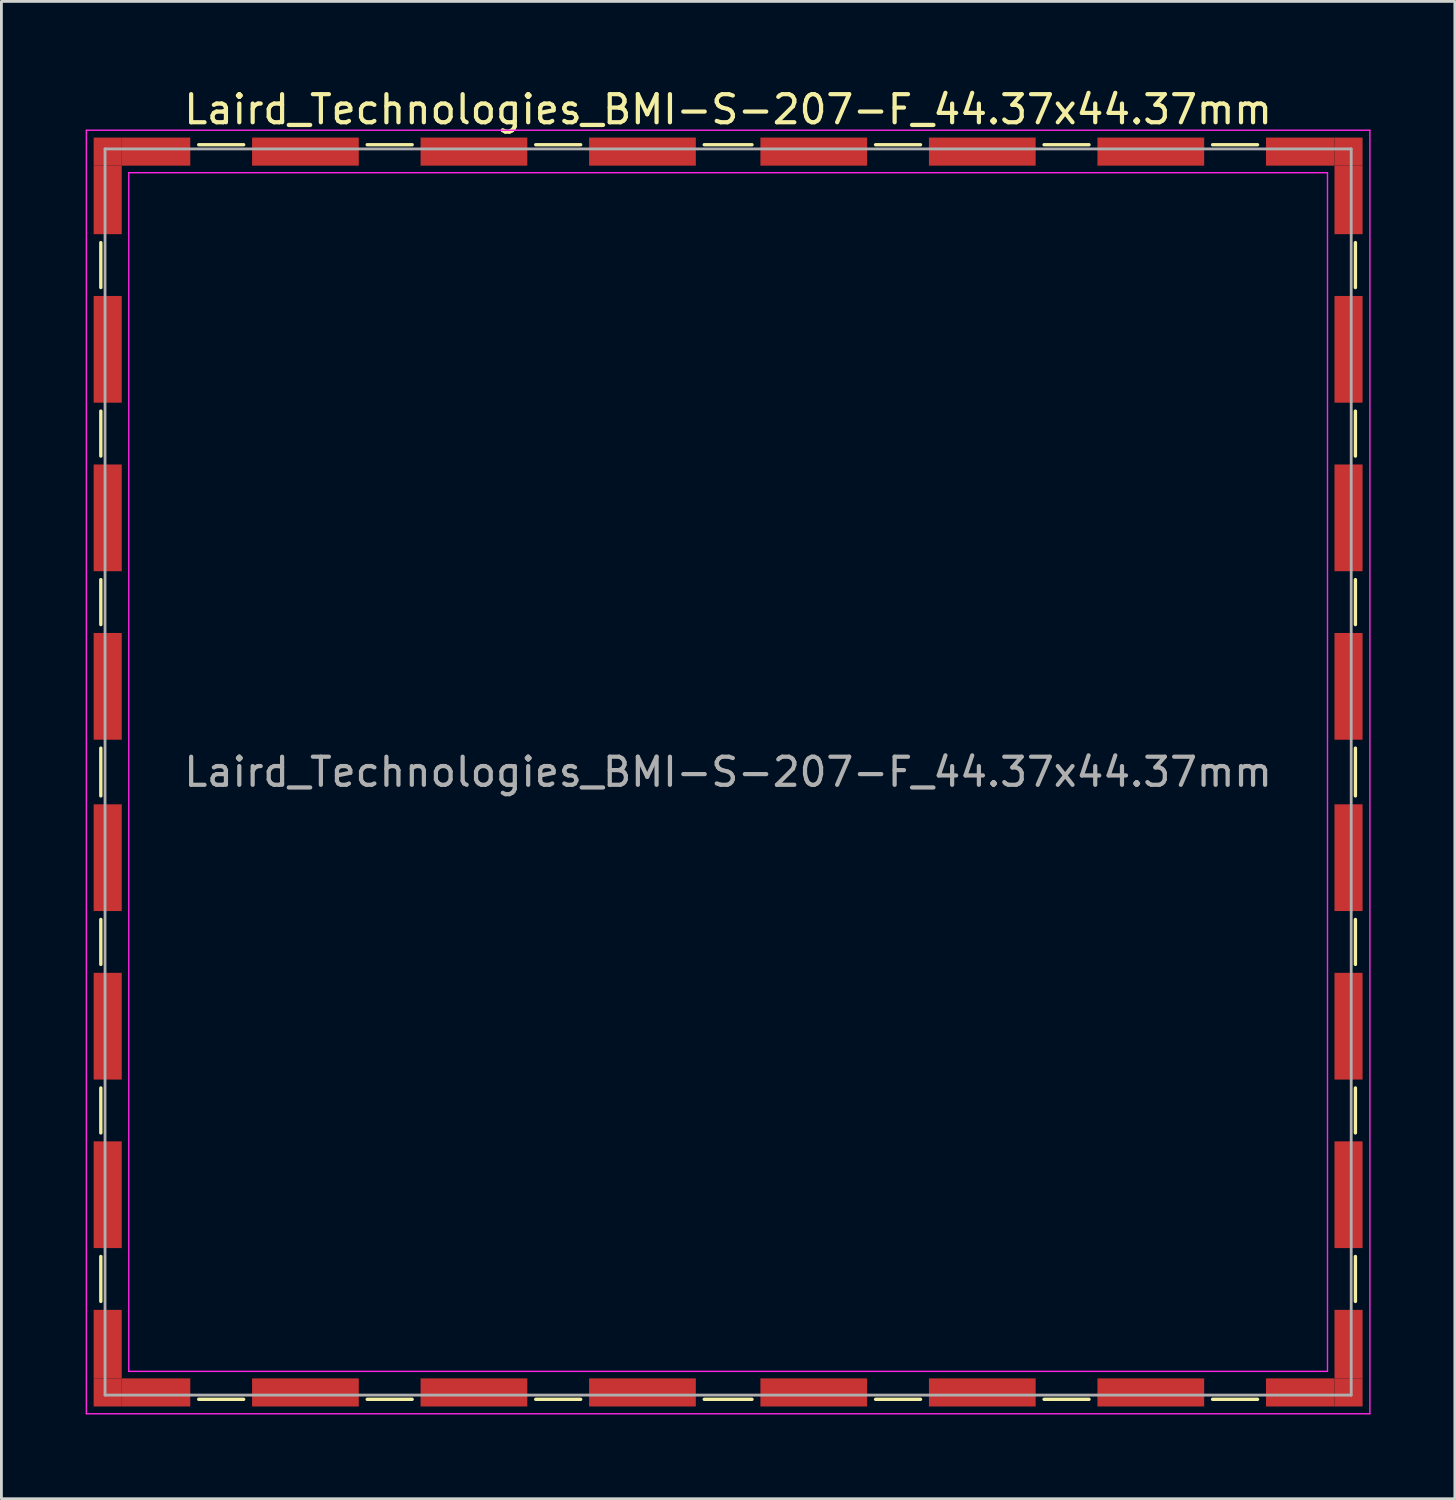
<source format=kicad_pcb>
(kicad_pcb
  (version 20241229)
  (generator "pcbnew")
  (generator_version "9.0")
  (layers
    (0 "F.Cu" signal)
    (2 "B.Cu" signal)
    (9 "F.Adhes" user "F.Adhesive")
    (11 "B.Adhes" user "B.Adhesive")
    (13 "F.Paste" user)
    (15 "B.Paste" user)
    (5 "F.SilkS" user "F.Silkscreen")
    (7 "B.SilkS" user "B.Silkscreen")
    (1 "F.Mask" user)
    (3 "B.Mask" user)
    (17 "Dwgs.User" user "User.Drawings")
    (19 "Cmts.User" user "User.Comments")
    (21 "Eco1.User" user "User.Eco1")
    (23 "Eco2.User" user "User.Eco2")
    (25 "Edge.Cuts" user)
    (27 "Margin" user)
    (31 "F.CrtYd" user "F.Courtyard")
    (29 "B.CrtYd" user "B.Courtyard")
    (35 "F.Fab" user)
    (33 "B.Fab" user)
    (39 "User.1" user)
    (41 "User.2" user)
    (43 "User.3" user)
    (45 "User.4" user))
  (footprint "Laird_Technologies_BMI-S-207-F_44.37x44.37mm"
    (layer "F.Cu")
    (at 22.875 24.438)
    (property "Reference" "Laird_Technologies_BMI-S-207-F_44.37x44.37mm" (at 0 -23.59 180) (layer "F.SilkS") (effects (font (size 1 1) (thickness 0.15))))
    (attr smd)
    (fp_line (start -22.335 -18.85) (end -22.335 -17.25) (stroke (width 0.12) (type solid)) (layer "F.SilkS"))
    (fp_line (start -22.335 -12.85) (end -22.335 -11.25) (stroke (width 0.12) (type solid)) (layer "F.SilkS"))
    (fp_line (start -22.335 -6.85) (end -22.335 -5.25) (stroke (width 0.12) (type solid)) (layer "F.SilkS"))
    (fp_line (start -22.335 -0.85) (end -22.335 0.85) (stroke (width 0.12) (type solid)) (layer "F.SilkS"))
    (fp_line (start -22.335 5.25) (end -22.335 6.85) (stroke (width 0.12) (type solid)) (layer "F.SilkS"))
    (fp_line (start -22.335 11.25) (end -22.335 12.85) (stroke (width 0.12) (type solid)) (layer "F.SilkS"))
    (fp_line (start -22.335 17.25) (end -22.335 18.85) (stroke (width 0.12) (type solid)) (layer "F.SilkS"))
    (fp_line (start -18.85 -22.335) (end -17.25 -22.335) (stroke (width 0.12) (type solid)) (layer "F.SilkS"))
    (fp_line (start -18.85 22.335) (end -17.25 22.335) (stroke (width 0.12) (type solid)) (layer "F.SilkS"))
    (fp_line (start -12.85 -22.335) (end -11.25 -22.335) (stroke (width 0.12) (type solid)) (layer "F.SilkS"))
    (fp_line (start -12.85 22.335) (end -11.25 22.335) (stroke (width 0.12) (type solid)) (layer "F.SilkS"))
    (fp_line (start -6.85 -22.335) (end -5.25 -22.335) (stroke (width 0.12) (type solid)) (layer "F.SilkS"))
    (fp_line (start -6.85 22.335) (end -5.25 22.335) (stroke (width 0.12) (type solid)) (layer "F.SilkS"))
    (fp_line (start -0.85 -22.335) (end 0.85 -22.335) (stroke (width 0.12) (type solid)) (layer "F.SilkS"))
    (fp_line (start -0.85 22.335) (end 0.85 22.335) (stroke (width 0.12) (type solid)) (layer "F.SilkS"))
    (fp_line (start 5.25 -22.335) (end 6.85 -22.335) (stroke (width 0.12) (type solid)) (layer "F.SilkS"))
    (fp_line (start 5.25 22.335) (end 6.85 22.335) (stroke (width 0.12) (type solid)) (layer "F.SilkS"))
    (fp_line (start 11.25 -22.335) (end 12.85 -22.335) (stroke (width 0.12) (type solid)) (layer "F.SilkS"))
    (fp_line (start 11.25 22.335) (end 12.85 22.335) (stroke (width 0.12) (type solid)) (layer "F.SilkS"))
    (fp_line (start 17.25 -22.335) (end 18.85 -22.335) (stroke (width 0.12) (type solid)) (layer "F.SilkS"))
    (fp_line (start 17.25 22.335) (end 18.85 22.335) (stroke (width 0.12) (type solid)) (layer "F.SilkS"))
    (fp_line (start 22.335 -18.85) (end 22.335 -17.25) (stroke (width 0.12) (type solid)) (layer "F.SilkS"))
    (fp_line (start 22.335 -12.85) (end 22.335 -11.25) (stroke (width 0.12) (type solid)) (layer "F.SilkS"))
    (fp_line (start 22.335 -6.85) (end 22.335 -5.25) (stroke (width 0.12) (type solid)) (layer "F.SilkS"))
    (fp_line (start 22.335 -0.85) (end 22.335 0.85) (stroke (width 0.12) (type solid)) (layer "F.SilkS"))
    (fp_line (start 22.335 5.25) (end 22.335 6.85) (stroke (width 0.12) (type solid)) (layer "F.SilkS"))
    (fp_line (start 22.335 11.25) (end 22.335 12.85) (stroke (width 0.12) (type solid)) (layer "F.SilkS"))
    (fp_line (start 22.335 17.25) (end 22.335 18.85) (stroke (width 0.12) (type solid)) (layer "F.SilkS"))
    (fp_line (start -22.85 -22.85) (end -22.85 22.85) (stroke (width 0.05) (type solid)) (layer "F.CrtYd"))
    (fp_line (start -22.85 22.85) (end 22.85 22.85) (stroke (width 0.05) (type solid)) (layer "F.CrtYd"))
    (fp_line (start -21.34 -21.34) (end -21.34 21.34) (stroke (width 0.05) (type solid)) (layer "F.CrtYd"))
    (fp_line (start 21.34 -21.34) (end -21.34 -21.34) (stroke (width 0.05) (type solid)) (layer "F.CrtYd"))
    (fp_line (start 21.34 -21.34) (end 21.34 21.34) (stroke (width 0.05) (type solid)) (layer "F.CrtYd"))
    (fp_line (start 21.34 21.34) (end -21.34 21.34) (stroke (width 0.05) (type solid)) (layer "F.CrtYd"))
    (fp_line (start 22.85 -22.85) (end -22.85 -22.85) (stroke (width 0.05) (type solid)) (layer "F.CrtYd"))
    (fp_line (start 22.85 22.85) (end 22.85 -22.85) (stroke (width 0.05) (type solid)) (layer "F.CrtYd"))
    (fp_line (start -22.185 -22.185) (end -22.185 22.185) (stroke (width 0.1) (type solid)) (layer "F.Fab"))
    (fp_line (start -22.185 22.185) (end 22.185 22.185) (stroke (width 0.1) (type solid)) (layer "F.Fab"))
    (fp_line (start 22.185 -22.185) (end -22.185 -22.185) (stroke (width 0.1) (type solid)) (layer "F.Fab"))
    (fp_line (start 22.185 22.185) (end 22.185 -22.185) (stroke (width 0.1) (type solid)) (layer "F.Fab"))
    (fp_text user "${REFERENCE}" (at 0 0 180) (layer "F.Fab") (effects (font (size 1 1) (thickness 0.15))))
    (pad "1" smd rect (at -22.09 -22.09) (size 1 1) (layers "F.Cu" "F.Mask" "F.Paste"))
    (pad "1" smd rect (at -22.09 -20.37) (size 1 2.44) (layers "F.Cu" "F.Mask" "F.Paste"))
    (pad "1" smd rect (at -22.09 -15.05) (size 1 3.8) (layers "F.Cu" "F.Mask" "F.Paste"))
    (pad "1" smd rect (at -22.09 -9.05) (size 1 3.8) (layers "F.Cu" "F.Mask" "F.Paste"))
    (pad "1" smd rect (at -22.09 -3.05) (size 1 3.8) (layers "F.Cu" "F.Mask" "F.Paste"))
    (pad "1" smd rect (at -22.09 3.05) (size 1 3.8) (layers "F.Cu" "F.Mask" "F.Paste"))
    (pad "1" smd rect (at -22.09 9.05) (size 1 3.8) (layers "F.Cu" "F.Mask" "F.Paste"))
    (pad "1" smd rect (at -22.09 15.05) (size 1 3.8) (layers "F.Cu" "F.Mask" "F.Paste"))
    (pad "1" smd rect (at -22.09 20.37) (size 1 2.44) (layers "F.Cu" "F.Mask" "F.Paste"))
    (pad "1" smd rect (at -22.09 22.09) (size 1 1) (layers "F.Cu" "F.Mask" "F.Paste"))
    (pad "1" smd rect (at -20.37 -22.09) (size 2.44 1) (layers "F.Cu" "F.Mask" "F.Paste"))
    (pad "1" smd rect (at -20.37 22.09) (size 2.44 1) (layers "F.Cu" "F.Mask" "F.Paste"))
    (pad "1" smd rect (at -15.05 -22.09) (size 3.8 1) (layers "F.Cu" "F.Mask" "F.Paste"))
    (pad "1" smd rect (at -15.05 22.09) (size 3.8 1) (layers "F.Cu" "F.Mask" "F.Paste"))
    (pad "1" smd rect (at -9.05 -22.09) (size 3.8 1) (layers "F.Cu" "F.Mask" "F.Paste"))
    (pad "1" smd rect (at -9.05 22.09) (size 3.8 1) (layers "F.Cu" "F.Mask" "F.Paste"))
    (pad "1" smd rect (at -3.05 -22.09) (size 3.8 1) (layers "F.Cu" "F.Mask" "F.Paste"))
    (pad "1" smd rect (at -3.05 22.09) (size 3.8 1) (layers "F.Cu" "F.Mask" "F.Paste"))
    (pad "1" smd rect (at 3.05 -22.09) (size 3.8 1) (layers "F.Cu" "F.Mask" "F.Paste"))
    (pad "1" smd rect (at 3.05 22.09) (size 3.8 1) (layers "F.Cu" "F.Mask" "F.Paste"))
    (pad "1" smd rect (at 9.05 -22.09) (size 3.8 1) (layers "F.Cu" "F.Mask" "F.Paste"))
    (pad "1" smd rect (at 9.05 22.09) (size 3.8 1) (layers "F.Cu" "F.Mask" "F.Paste"))
    (pad "1" smd rect (at 15.05 -22.09) (size 3.8 1) (layers "F.Cu" "F.Mask" "F.Paste"))
    (pad "1" smd rect (at 15.05 22.09) (size 3.8 1) (layers "F.Cu" "F.Mask" "F.Paste"))
    (pad "1" smd rect (at 20.37 -22.09) (size 2.44 1) (layers "F.Cu" "F.Mask" "F.Paste"))
    (pad "1" smd rect (at 20.37 22.09) (size 2.44 1) (layers "F.Cu" "F.Mask" "F.Paste"))
    (pad "1" smd rect (at 22.09 -22.09) (size 1 1) (layers "F.Cu" "F.Mask" "F.Paste"))
    (pad "1" smd rect (at 22.09 -20.37) (size 1 2.44) (layers "F.Cu" "F.Mask" "F.Paste"))
    (pad "1" smd rect (at 22.09 -15.05) (size 1 3.8) (layers "F.Cu" "F.Mask" "F.Paste"))
    (pad "1" smd rect (at 22.09 -9.05) (size 1 3.8) (layers "F.Cu" "F.Mask" "F.Paste"))
    (pad "1" smd rect (at 22.09 -3.05) (size 1 3.8) (layers "F.Cu" "F.Mask" "F.Paste"))
    (pad "1" smd rect (at 22.09 3.05) (size 1 3.8) (layers "F.Cu" "F.Mask" "F.Paste"))
    (pad "1" smd rect (at 22.09 9.05) (size 1 3.8) (layers "F.Cu" "F.Mask" "F.Paste"))
    (pad "1" smd rect (at 22.09 15.05) (size 1 3.8) (layers "F.Cu" "F.Mask" "F.Paste"))
    (pad "1" smd rect (at 22.09 20.37) (size 1 2.44) (layers "F.Cu" "F.Mask" "F.Paste"))
    (pad "1" smd rect (at 22.09 22.09) (size 1 1) (layers "F.Cu" "F.Mask" "F.Paste")))
  (gr_rect
    (start -3 -3)
    (end 48.75 50.313)
    (stroke (width 0.1) (type default))
    (fill no)
    (layer "Edge.Cuts")))
</source>
